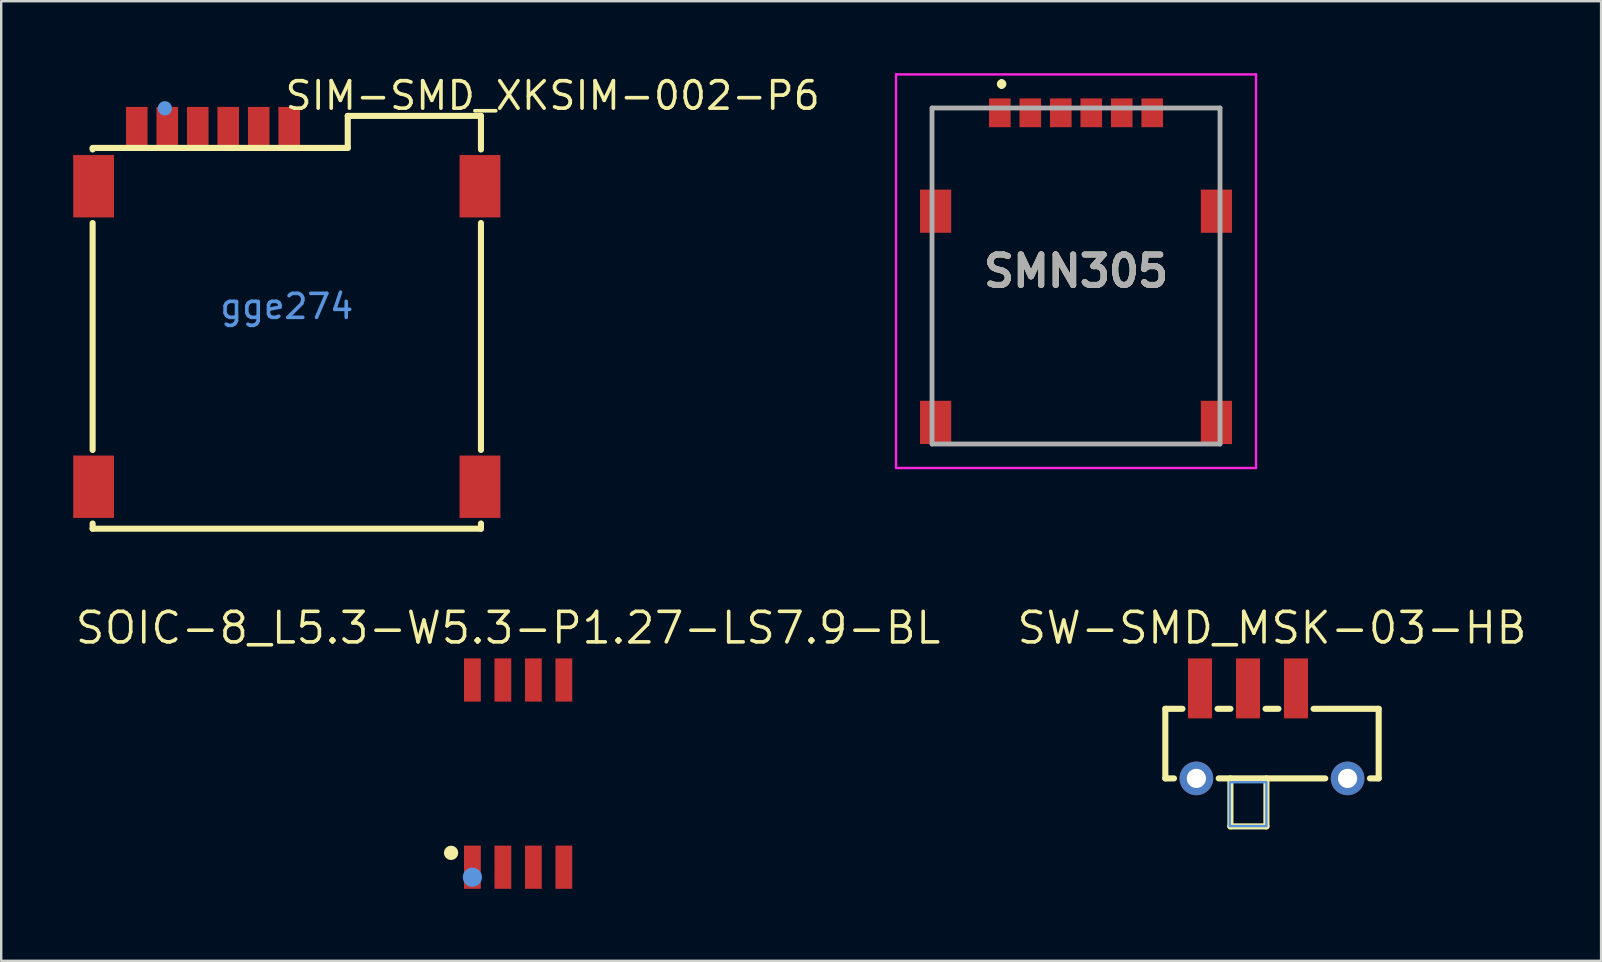
<source format=kicad_pcb>
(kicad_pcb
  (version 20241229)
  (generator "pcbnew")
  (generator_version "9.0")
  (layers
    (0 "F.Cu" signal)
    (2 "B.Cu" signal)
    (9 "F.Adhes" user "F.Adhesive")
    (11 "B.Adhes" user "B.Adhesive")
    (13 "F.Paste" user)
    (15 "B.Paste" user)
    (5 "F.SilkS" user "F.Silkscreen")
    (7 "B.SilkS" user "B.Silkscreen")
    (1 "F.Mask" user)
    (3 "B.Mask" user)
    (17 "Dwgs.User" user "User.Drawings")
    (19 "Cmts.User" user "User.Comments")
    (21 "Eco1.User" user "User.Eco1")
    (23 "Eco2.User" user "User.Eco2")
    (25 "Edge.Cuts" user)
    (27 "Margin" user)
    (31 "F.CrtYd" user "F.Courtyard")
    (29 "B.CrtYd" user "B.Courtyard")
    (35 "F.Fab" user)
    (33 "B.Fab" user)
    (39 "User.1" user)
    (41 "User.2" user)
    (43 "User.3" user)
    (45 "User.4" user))
  (footprint "SIM-SMD_XKSIM-002-P6"
    (layer "F.Cu")
    (at 8.9 9.718)
    (property "Reference" "SIM-SMD_XKSIM-002-P6" (at -0.154 -8.783 0) (layer "F.SilkS") (effects (font (size 1.143 1.143) (thickness 0.152)) (justify left)))
    (attr smd)
    (fp_line (start -8.09 -6.539) (end -8.09 -6.588) (stroke (width 0.254) (type solid)) (layer "F.SilkS"))
    (fp_line (start -8.09 5.981) (end -8.09 -3.476) (stroke (width 0.254) (type solid)) (layer "F.SilkS"))
    (fp_line (start -8.09 9.262) (end -8.09 9.044) (stroke (width 0.254) (type solid)) (layer "F.SilkS"))
    (fp_line (start -8.09 9.262) (end 8.09 9.262) (stroke (width 0.254) (type solid)) (layer "F.SilkS"))
    (fp_line (start 2.54 -7.938) (end 2.54 -6.604) (stroke (width 0.254) (type solid)) (layer "F.SilkS"))
    (fp_line (start 2.54 -6.604) (end -8.09 -6.604) (stroke (width 0.254) (type solid)) (layer "F.SilkS"))
    (fp_line (start 8.09 -7.938) (end 2.54 -7.938) (stroke (width 0.254) (type solid)) (layer "F.SilkS"))
    (fp_line (start 8.09 -7.938) (end 8.09 -6.539) (stroke (width 0.254) (type solid)) (layer "F.SilkS"))
    (fp_line (start 8.09 -3.476) (end 8.09 5.981) (stroke (width 0.254) (type solid)) (layer "F.SilkS"))
    (fp_line (start 8.09 9.044) (end 8.09 9.262) (stroke (width 0.254) (type solid)) (layer "F.SilkS"))
    (fp_circle (center -5.08 -8.255) (end -4.93 -8.255) (stroke (width 0.3) (type solid)) (fill no) (layer "Cmts.User"))
    (fp_text user "gge274" (at 0 0 0) (layer "Cmts.User") (effects (font (size 1 1) (thickness 0.15))))
    (pad "8" smd rect (at -8.05 -5.008) (size 1.7 2.6) (layers "F.Cu" "F.Mask" "F.Paste"))
    (pad "8" smd rect (at -8.05 7.513) (size 1.7 2.6) (layers "F.Cu" "F.Mask" "F.Paste"))
    (pad "8" smd rect (at 8.05 -5.008) (size 1.7 2.6) (layers "F.Cu" "F.Mask" "F.Paste"))
    (pad "8" smd rect (at 8.05 7.513) (size 1.7 2.6) (layers "F.Cu" "F.Mask" "F.Paste"))
    (pad "C1" smd rect (at -4.98 -7.513) (size 0.9 1.6) (layers "F.Cu" "F.Mask" "F.Paste"))
    (pad "C2" smd rect (at -2.44 -7.513) (size 0.9 1.6) (layers "F.Cu" "F.Mask" "F.Paste"))
    (pad "C3" smd rect (at 0.1 -7.513) (size 0.9 1.6) (layers "F.Cu" "F.Mask" "F.Paste"))
    (pad "C5" smd rect (at -6.25 -7.513) (size 0.9 1.6) (layers "F.Cu" "F.Mask" "F.Paste"))
    (pad "C6" smd rect (at -3.71 -7.513) (size 0.9 1.6) (layers "F.Cu" "F.Mask" "F.Paste"))
    (pad "C7" smd rect (at -1.17 -7.513) (size 0.9 1.6) (layers "F.Cu" "F.Mask" "F.Paste")))
  (footprint "SMN305"
    (layer "F.Cu")
    (at 41.785 8.25)
    (property "Reference" "SMN305" (at 0 0 0) (layer "F.SilkS") (effects (font (size 1.27 1.27) (thickness 0.254))))
    (attr smd)
    (fp_line (start -6 -6.8) (end -6 -4) (stroke (width 0.1) (type solid)) (layer "F.SilkS"))
    (fp_line (start -6 -1) (end -6 5) (stroke (width 0.1) (type solid)) (layer "F.SilkS"))
    (fp_line (start -4.5 7.2) (end 4.5 7.2) (stroke (width 0.1) (type solid)) (layer "F.SilkS"))
    (fp_line (start -4 -6.8) (end -6 -6.8) (stroke (width 0.1) (type solid)) (layer "F.SilkS"))
    (fp_line (start -3.1 -7.9) (end -3.1 -7.9) (stroke (width 0.2) (type solid)) (layer "F.SilkS"))
    (fp_line (start -3.1 -7.7) (end -3.1 -7.7) (stroke (width 0.2) (type solid)) (layer "F.SilkS"))
    (fp_line (start 6 -6.8) (end 4.5 -6.8) (stroke (width 0.1) (type solid)) (layer "F.SilkS"))
    (fp_line (start 6 -4) (end 6 -6.8) (stroke (width 0.1) (type solid)) (layer "F.SilkS"))
    (fp_line (start 6 5) (end 6 -1) (stroke (width 0.1) (type solid)) (layer "F.SilkS"))
    (fp_arc (start -3.1 -7.9) (mid -3 -7.8) (end -3.1 -7.7) (stroke (width 0.2) (type solid)) (layer "F.SilkS"))
    (fp_arc (start -3.1 -7.7) (mid -3.2 -7.8) (end -3.1 -7.9) (stroke (width 0.2) (type solid)) (layer "F.SilkS"))
    (fp_line (start -7.5 -8.2) (end 7.5 -8.2) (stroke (width 0.1) (type solid)) (layer "F.CrtYd"))
    (fp_line (start -7.5 8.2) (end -7.5 -8.2) (stroke (width 0.1) (type solid)) (layer "F.CrtYd"))
    (fp_line (start 7.5 -8.2) (end 7.5 8.2) (stroke (width 0.1) (type solid)) (layer "F.CrtYd"))
    (fp_line (start 7.5 8.2) (end -7.5 8.2) (stroke (width 0.1) (type solid)) (layer "F.CrtYd"))
    (fp_line (start -6 -6.8) (end 6 -6.8) (stroke (width 0.2) (type solid)) (layer "F.Fab"))
    (fp_line (start -6 7.2) (end -6 -6.8) (stroke (width 0.2) (type solid)) (layer "F.Fab"))
    (fp_line (start 6 -6.8) (end 6 7.2) (stroke (width 0.2) (type solid)) (layer "F.Fab"))
    (fp_line (start 6 7.2) (end -6 7.2) (stroke (width 0.2) (type solid)) (layer "F.Fab"))
    (fp_text user "${REFERENCE}" (at 0 0 0) (layer "F.Fab") (effects (font (size 1.27 1.27) (thickness 0.254))))
    (pad "C1" smd rect (at -3.175 -6.6) (size 0.9 1.2) (layers "F.Cu" "F.Mask" "F.Paste"))
    (pad "C2" smd rect (at -0.635 -6.6) (size 0.9 1.2) (layers "F.Cu" "F.Mask" "F.Paste"))
    (pad "C3" smd rect (at 1.905 -6.6) (size 0.9 1.2) (layers "F.Cu" "F.Mask" "F.Paste"))
    (pad "C5" smd rect (at -1.905 -6.6) (size 0.9 1.2) (layers "F.Cu" "F.Mask" "F.Paste"))
    (pad "C6" smd rect (at 0.635 -6.6) (size 0.9 1.2) (layers "F.Cu" "F.Mask" "F.Paste"))
    (pad "C7" smd rect (at 3.175 -6.6) (size 0.9 1.2) (layers "F.Cu" "F.Mask" "F.Paste"))
    (pad "MP1" smd rect (at -5.85 -2.5) (size 1.3 1.8) (layers "F.Cu" "F.Mask" "F.Paste"))
    (pad "MP2" smd rect (at -5.85 6.3) (size 1.3 1.8) (layers "F.Cu" "F.Mask" "F.Paste"))
    (pad "MP3" smd rect (at 5.85 6.3) (size 1.3 1.8) (layers "F.Cu" "F.Mask" "F.Paste"))
    (pad "MP4" smd rect (at 5.85 -2.5) (size 1.3 1.8) (layers "F.Cu" "F.Mask" "F.Paste")))
  (footprint "SW-SMD_MSK-03-HB"
    (layer "F.Cu")
    (at 49.95 27.509)
    (property "Reference" "SW-SMD_MSK-03-HB" (at 0.001 -4.395 0) (layer "F.SilkS") (effects (font (size 1.27 1.27) (thickness 0.15))))
    (attr smd)
    (fp_line (start -4.444 -1.025) (end -4.444 1.875) (stroke (width 0.254) (type solid)) (layer "F.SilkS"))
    (fp_line (start -4.444 1.875) (end -4.083 1.875) (stroke (width 0.254) (type solid)) (layer "F.SilkS"))
    (fp_line (start -3.73 -1.025) (end -4.444 -1.025) (stroke (width 0.254) (type solid)) (layer "F.SilkS"))
    (fp_line (start -2.22 1.875) (end 2.22 1.875) (stroke (width 0.254) (type solid)) (layer "F.SilkS"))
    (fp_line (start -1.732 3.875) (end -1.732 1.875) (stroke (width 0.254) (type solid)) (layer "F.SilkS"))
    (fp_line (start -1.732 3.875) (end -0.232 3.875) (stroke (width 0.254) (type solid)) (layer "F.SilkS"))
    (fp_line (start -1.73 -1.025) (end -2.267 -1.025) (stroke (width 0.254) (type solid)) (layer "F.SilkS"))
    (fp_line (start -0.232 3.875) (end -0.232 1.875) (stroke (width 0.254) (type solid)) (layer "F.SilkS"))
    (fp_line (start 0.27 -1.025) (end -0.267 -1.025) (stroke (width 0.254) (type solid)) (layer "F.SilkS"))
    (fp_line (start 4.083 1.875) (end 4.446 1.875) (stroke (width 0.254) (type solid)) (layer "F.SilkS"))
    (fp_line (start 4.446 -1.025) (end 1.733 -1.025) (stroke (width 0.254) (type solid)) (layer "F.SilkS"))
    (fp_line (start 4.446 -1.025) (end 4.446 1.875) (stroke (width 0.254) (type solid)) (layer "F.SilkS"))
    (fp_poly (pts (xy -1.757 2.033) (xy -0.233 2.033) (xy -0.233 3.862) (xy -1.757 3.862) (xy -1.757 3.684)) (stroke (width 0.1) (type solid)) (fill no) (layer "Cmts.User"))
    (fp_text user "" (at 0 0 0) (layer "Cmts.User") (effects (font (size 1 1) (thickness 0.15))))
    (pad "1" smd rect (at -2.999 -1.875) (size 1 2.5) (layers "F.Cu" "F.Mask" "F.Paste"))
    (pad "2" smd rect (at -0.999 -1.875) (size 1 2.5) (layers "F.Cu" "F.Mask" "F.Paste"))
    (pad "3" smd rect (at 1.001 -1.875) (size 1 2.5) (layers "F.Cu" "F.Mask" "F.Paste"))
    (pad "4" thru_hole circle (at -3.15 1.875) (size 1.4 1.4) (drill 0.8) (layers "*.Cu" "*.Paste" "*.Mask"))
    (pad "5" thru_hole circle (at 3.15 1.875) (size 1.4 1.4) (drill 0.8) (layers "*.Cu" "*.Paste" "*.Mask")))
  (footprint "SOIC-8_L5.3-W5.3-P1.27-LS7.9-BL"
    (layer "F.Cu")
    (at 18.539 29.184)
    (property "Reference" "SOIC-8_L5.3-W5.3-P1.27-LS7.9-BL" (at -0.419 -6.07 0) (layer "F.SilkS") (effects (font (size 1.27 1.27) (thickness 0.15))))
    (attr smd)
    (fp_circle (center -2.794 3.302) (end -2.644 3.302) (stroke (width 0.3) (type solid)) (fill no) (layer "F.SilkS"))
    (fp_circle (center -1.905 4.318) (end -1.705 4.318) (stroke (width 0.4) (type solid)) (fill no) (layer "Cmts.User"))
    (fp_text user "" (at 0 0 0) (layer "Cmts.User") (effects (font (size 1 1) (thickness 0.15))))
    (pad "1" smd rect (at -1.905 3.9) (size 0.7 1.8) (layers "F.Cu" "F.Mask" "F.Paste"))
    (pad "2" smd rect (at -0.635 3.9) (size 0.7 1.8) (layers "F.Cu" "F.Mask" "F.Paste"))
    (pad "3" smd rect (at 0.635 3.9) (size 0.7 1.8) (layers "F.Cu" "F.Mask" "F.Paste"))
    (pad "4" smd rect (at 1.905 3.9) (size 0.7 1.8) (layers "F.Cu" "F.Mask" "F.Paste"))
    (pad "5" smd rect (at 1.905 -3.9) (size 0.7 1.8) (layers "F.Cu" "F.Mask" "F.Paste"))
    (pad "6" smd rect (at 0.635 -3.9) (size 0.7 1.8) (layers "F.Cu" "F.Mask" "F.Paste"))
    (pad "7" smd rect (at -0.635 -3.9) (size 0.7 1.8) (layers "F.Cu" "F.Mask" "F.Paste"))
    (pad "8" smd rect (at -1.905 -3.9) (size 0.7 1.8) (layers "F.Cu" "F.Mask" "F.Paste")))
  (gr_rect
    (start -3 -3)
    (end 63.663 36.984)
    (stroke (width 0.1) (type default))
    (fill no)
    (layer "Edge.Cuts")))
</source>
